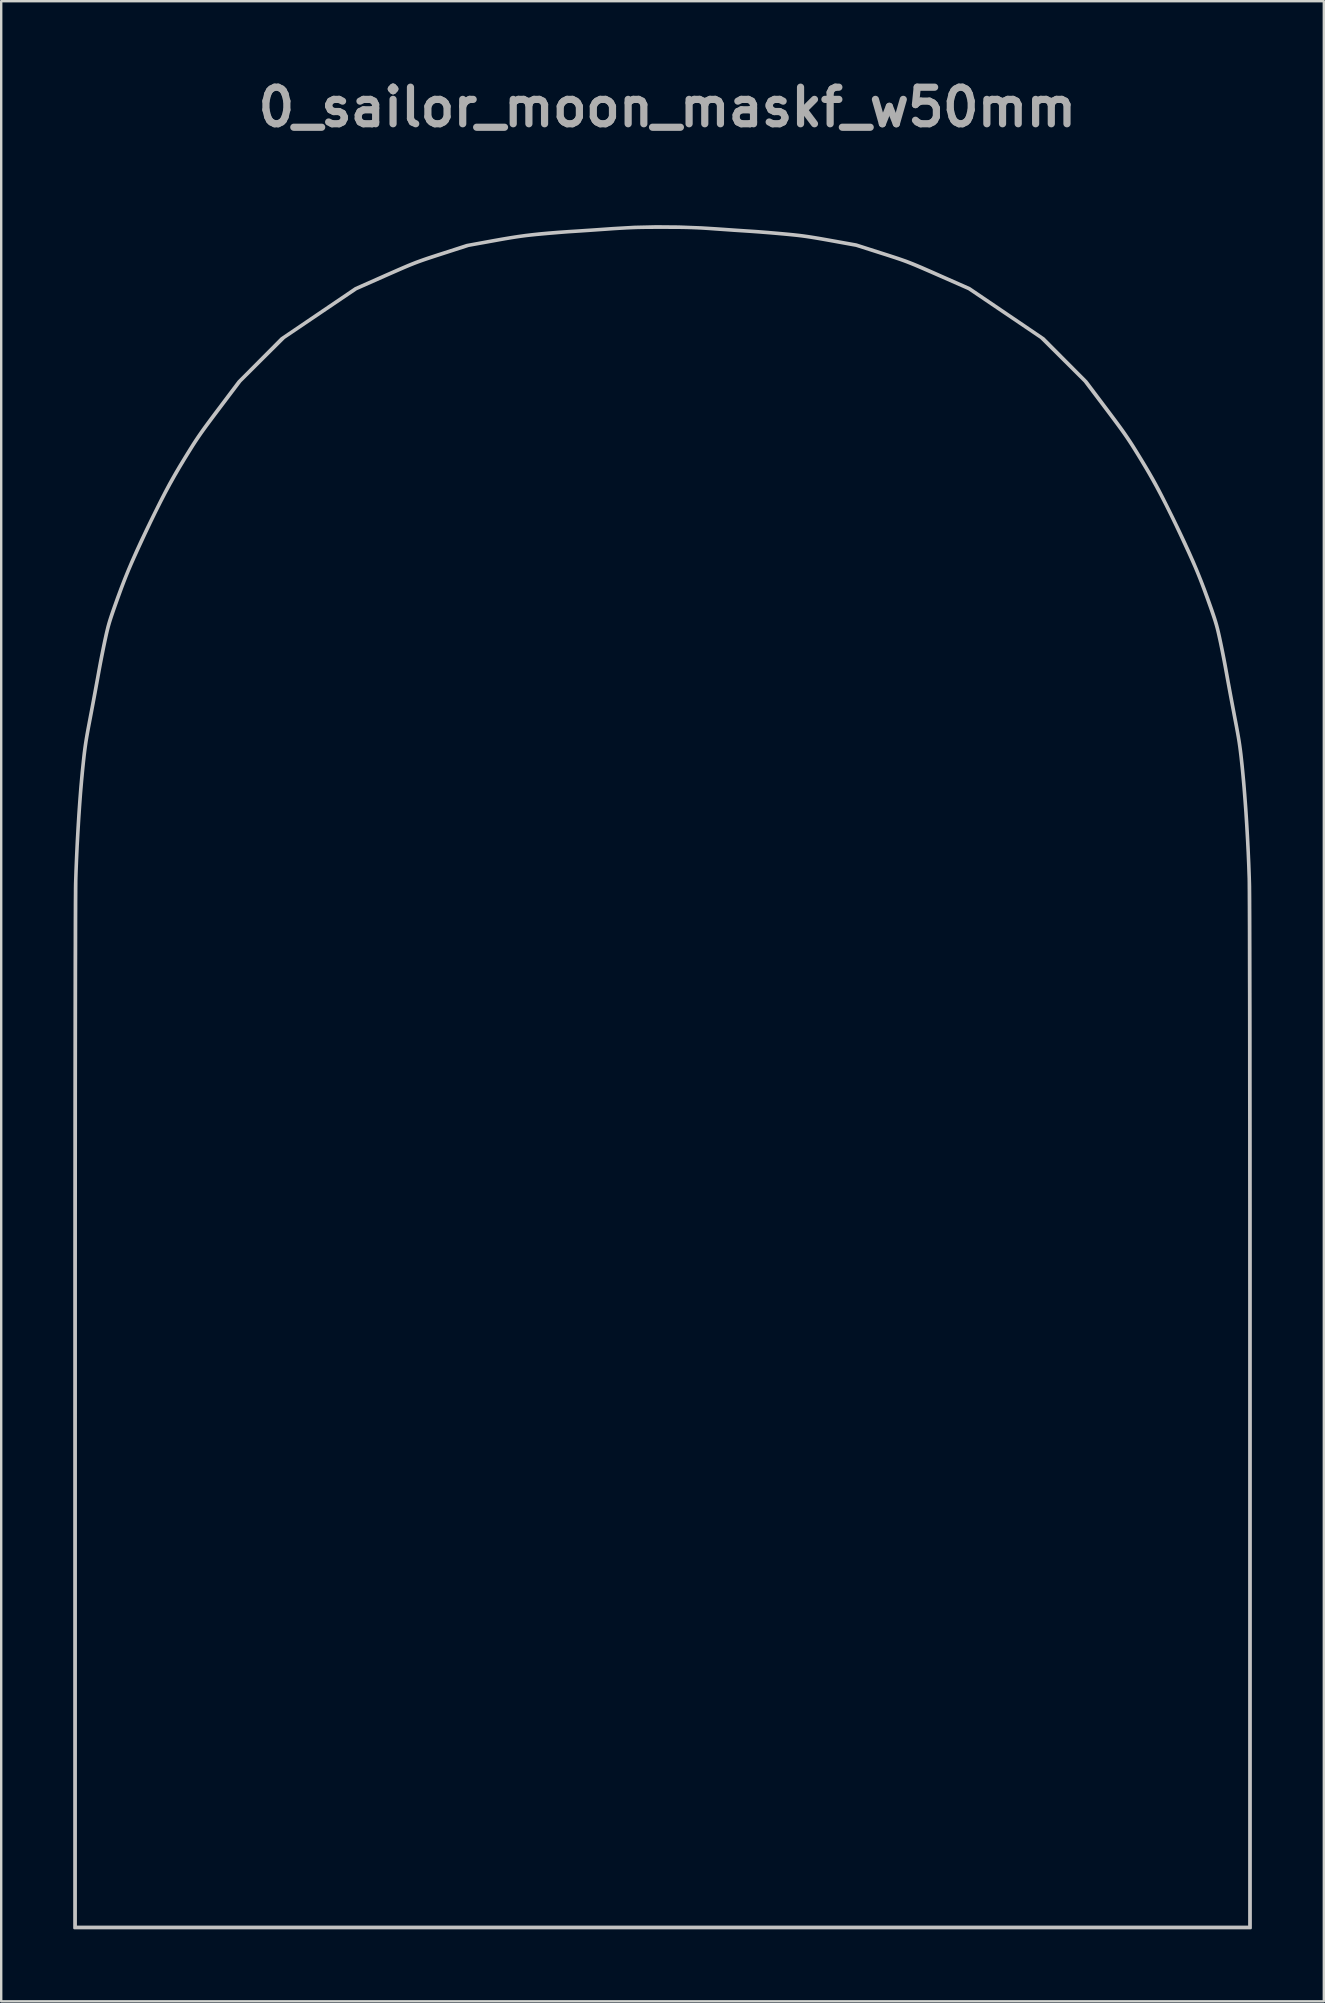
<source format=kicad_pcb>
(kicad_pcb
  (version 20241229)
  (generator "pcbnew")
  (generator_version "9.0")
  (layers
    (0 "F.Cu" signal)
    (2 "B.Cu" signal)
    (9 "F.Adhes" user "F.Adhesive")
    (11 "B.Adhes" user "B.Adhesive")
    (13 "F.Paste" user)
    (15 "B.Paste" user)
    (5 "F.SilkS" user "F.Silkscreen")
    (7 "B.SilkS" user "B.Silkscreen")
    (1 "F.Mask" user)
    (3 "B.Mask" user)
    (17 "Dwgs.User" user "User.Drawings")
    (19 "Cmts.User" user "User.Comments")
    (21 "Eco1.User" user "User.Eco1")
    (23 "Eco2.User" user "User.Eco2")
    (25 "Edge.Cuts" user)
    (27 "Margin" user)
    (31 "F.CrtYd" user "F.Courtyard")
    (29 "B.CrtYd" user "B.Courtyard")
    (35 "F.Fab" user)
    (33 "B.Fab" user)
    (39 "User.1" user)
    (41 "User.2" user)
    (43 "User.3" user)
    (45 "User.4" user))
  (footprint "0_sailor_moon_maskf_w50mm"
    (layer "F.Cu")
    (at 24.561 41.818)
    (property "Reference" "0_sailor_moon_maskf_w50mm" (at 0.2 -40.4 0) (layer "F.Fab") (effects (font (size 1.524 1.524) (thickness 0.3))))
    (attr board_only exclude_from_pos_files exclude_from_bom)
    (fp_poly (pts (xy 17.614 -14.722) (xy 17.648 -14.697) (xy 17.681 -14.649) (xy 17.717 -14.572) (xy 17.756 -14.461) (xy 17.801 -14.31) (xy 17.855 -14.114) (xy 17.894 -13.964) (xy 17.949 -13.759) (xy 18.013 -13.519) (xy 18.082 -13.265) (xy 18.151 -13.016) (xy 18.214 -12.791) (xy 18.217 -12.783) (xy 18.323 -12.398) (xy 18.415 -12.038) (xy 18.497 -11.69) (xy 18.57 -11.339) (xy 18.639 -10.971) (xy 18.706 -10.573) (xy 18.755 -10.252) (xy 18.796 -9.98) (xy 18.827 -9.757) (xy 18.849 -9.579) (xy 18.864 -9.44) (xy 18.87 -9.336) (xy 18.869 -9.261) (xy 18.861 -9.21) (xy 18.845 -9.178) (xy 18.83 -9.164) (xy 18.809 -9.151) (xy 18.786 -9.147) (xy 18.745 -9.155) (xy 18.671 -9.176) (xy 18.647 -9.183) (xy 18.538 -9.216) (xy 18.427 -9.254) (xy 18.406 -9.262) (xy 18.2 -9.329) (xy 17.983 -9.377) (xy 17.744 -9.408) (xy 17.47 -9.425) (xy 17.23 -9.428) (xy 16.985 -9.423) (xy 16.736 -9.411) (xy 16.495 -9.393) (xy 16.275 -9.369) (xy 16.089 -9.34) (xy 15.986 -9.319) (xy 15.947 -9.314) (xy 15.929 -9.335) (xy 15.924 -9.395) (xy 15.924 -9.423) (xy 15.938 -9.529) (xy 15.974 -9.642) (xy 15.986 -9.669) (xy 16.036 -9.824) (xy 16.041 -10.002) (xy 16.003 -10.208) (xy 15.993 -10.242) (xy 15.961 -10.37) (xy 15.932 -10.524) (xy 15.906 -10.691) (xy 15.887 -10.857) (xy 15.874 -11.009) (xy 15.871 -11.134) (xy 15.878 -11.217) (xy 15.878 -11.218) (xy 15.897 -11.276) (xy 15.935 -11.343) (xy 15.996 -11.427) (xy 16.087 -11.535) (xy 16.176 -11.635) (xy 16.326 -11.807) (xy 16.482 -12.001) (xy 16.638 -12.206) (xy 16.787 -12.414) (xy 16.925 -12.616) (xy 17.043 -12.802) (xy 17.136 -12.965) (xy 17.195 -13.089) (xy 17.304 -13.39) (xy 17.393 -13.706) (xy 17.459 -14.023) (xy 17.498 -14.324) (xy 17.508 -14.536) (xy 17.509 -14.637) (xy 17.515 -14.695) (xy 17.53 -14.721) (xy 17.56 -14.728) (xy 17.577 -14.729)) (stroke (width 0) (type solid)) (fill yes) (layer "F.Mask"))
    (fp_poly (pts (xy 1.178 -5.215) (xy 1.427 -5.206) (xy 1.694 -5.194) (xy 1.969 -5.18) (xy 2.245 -5.163) (xy 2.515 -5.145) (xy 2.772 -5.125) (xy 3.007 -5.106) (xy 3.212 -5.086) (xy 3.382 -5.067) (xy 3.507 -5.049) (xy 3.551 -5.041) (xy 3.637 -5.022) (xy 3.705 -5.001) (xy 3.756 -4.974) (xy 3.794 -4.932) (xy 3.821 -4.869) (xy 3.839 -4.779) (xy 3.85 -4.656) (xy 3.858 -4.492) (xy 3.864 -4.281) (xy 3.867 -4.198) (xy 3.881 -3.839) (xy 3.903 -3.534) (xy 3.933 -3.279) (xy 3.972 -3.072) (xy 4.021 -2.911) (xy 4.079 -2.792) (xy 4.147 -2.715) (xy 4.169 -2.699) (xy 4.236 -2.667) (xy 4.299 -2.659) (xy 4.364 -2.68) (xy 4.439 -2.733) (xy 4.531 -2.822) (xy 4.644 -2.952) (xy 4.692 -3.008) (xy 4.781 -3.111) (xy 4.865 -3.2) (xy 4.935 -3.265) (xy 4.973 -3.292) (xy 5.028 -3.317) (xy 5.054 -3.31) (xy 5.068 -3.271) (xy 5.079 -3.182) (xy 5.079 -3.048) (xy 5.067 -2.876) (xy 5.047 -2.677) (xy 5.018 -2.458) (xy 4.982 -2.227) (xy 4.939 -1.995) (xy 4.892 -1.769) (xy 4.878 -1.711) (xy 4.778 -1.347) (xy 4.652 -0.994) (xy 4.505 -0.661) (xy 4.342 -0.355) (xy 4.166 -0.084) (xy 3.981 0.142) (xy 3.896 0.228) (xy 3.775 0.339) (xy 3.68 0.417) (xy 3.596 0.465) (xy 3.511 0.487) (xy 3.409 0.487) (xy 3.277 0.47) (xy 3.14 0.446) (xy 2.966 0.43) (xy 2.802 0.452) (xy 2.688 0.489) (xy 2.553 0.525) (xy 2.451 0.519) (xy 2.385 0.473) (xy 2.38 0.465) (xy 2.359 0.412) (xy 2.333 0.319) (xy 2.307 0.201) (xy 2.293 0.125) (xy 2.249 -0.127) (xy 2.199 -0.395) (xy 2.146 -0.674) (xy 2.089 -0.955) (xy 2.032 -1.232) (xy 1.975 -1.497) (xy 1.92 -1.744) (xy 1.869 -1.966) (xy 1.822 -2.155) (xy 1.783 -2.304) (xy 1.751 -2.407) (xy 1.747 -2.418) (xy 1.672 -2.583) (xy 1.582 -2.699) (xy 1.472 -2.77) (xy 1.334 -2.804) (xy 1.264 -2.808) (xy 1.16 -2.831) (xy 1.086 -2.899) (xy 1.055 -2.962) (xy 1.012 -3.079) (xy 0.96 -3.236) (xy 0.9 -3.423) (xy 0.835 -3.631) (xy 0.768 -3.852) (xy 0.701 -4.075) (xy 0.638 -4.292) (xy 0.581 -4.494) (xy 0.533 -4.671) (xy 0.496 -4.814) (xy 0.473 -4.915) (xy 0.472 -4.923) (xy 0.457 -5.022) (xy 0.456 -5.087) (xy 0.473 -5.136) (xy 0.488 -5.162) (xy 0.535 -5.233)) (stroke (width 0) (type solid)) (fill yes) (layer "F.Mask"))
    (fp_poly (pts (xy -6.04 -0.33) (xy -6.012 -0.269) (xy -5.988 -0.171) (xy -5.967 -0.033) (xy -5.946 0.148) (xy -5.924 0.375) (xy -5.901 0.652) (xy -5.876 0.945) (xy -5.821 1.523) (xy -5.752 2.107) (xy -5.671 2.687) (xy -5.579 3.251) (xy -5.478 3.79) (xy -5.369 4.292) (xy -5.277 4.664) (xy -5.2 4.941) (xy -5.105 5.251) (xy -4.998 5.578) (xy -4.885 5.906) (xy -4.771 6.217) (xy -4.692 6.419) (xy -4.599 6.639) (xy -4.485 6.892) (xy -4.354 7.168) (xy -4.214 7.452) (xy -4.071 7.732) (xy -3.931 7.995) (xy -3.801 8.228) (xy -3.768 8.285) (xy -3.672 8.451) (xy -3.604 8.579) (xy -3.559 8.674) (xy -3.536 8.744) (xy -3.529 8.792) (xy -3.529 8.893) (xy -3.661 8.889) (xy -3.735 8.886) (xy -3.851 8.879) (xy -3.996 8.868) (xy -4.156 8.856) (xy -4.238 8.85) (xy -4.481 8.827) (xy -4.735 8.798) (xy -5.007 8.76) (xy -5.304 8.714) (xy -5.633 8.657) (xy -6.003 8.588) (xy -6.375 8.516) (xy -6.841 8.422) (xy -7.254 8.335) (xy -7.613 8.256) (xy -7.921 8.183) (xy -8.177 8.117) (xy -8.384 8.057) (xy -8.541 8.003) (xy -8.651 7.955) (xy -8.703 7.922) (xy -8.728 7.9) (xy -8.744 7.874) (xy -8.752 7.836) (xy -8.752 7.773) (xy -8.745 7.677) (xy -8.731 7.536) (xy -8.73 7.528) (xy -8.719 7.396) (xy -8.712 7.279) (xy -8.711 7.168) (xy -8.717 7.051) (xy -8.73 6.916) (xy -8.751 6.754) (xy -8.78 6.552) (xy -8.796 6.45) (xy -8.84 6.161) (xy -8.757 5.866) (xy -8.712 5.701) (xy -8.68 5.578) (xy -8.662 5.485) (xy -8.655 5.409) (xy -8.66 5.34) (xy -8.675 5.265) (xy -8.699 5.172) (xy -8.7 5.168) (xy -8.725 5.066) (xy -8.743 4.972) (xy -8.751 4.877) (xy -8.75 4.777) (xy -8.737 4.664) (xy -8.713 4.531) (xy -8.675 4.374) (xy -8.623 4.184) (xy -8.556 3.956) (xy -8.473 3.684) (xy -8.452 3.613) (xy -8.347 3.276) (xy -8.254 2.986) (xy -8.171 2.738) (xy -8.096 2.524) (xy -8.026 2.338) (xy -7.958 2.175) (xy -7.891 2.027) (xy -7.821 1.889) (xy -7.747 1.755) (xy -7.703 1.681) (xy -7.657 1.61) (xy -7.582 1.502) (xy -7.482 1.364) (xy -7.363 1.202) (xy -7.23 1.024) (xy -7.088 0.836) (xy -6.943 0.645) (xy -6.799 0.457) (xy -6.661 0.28) (xy -6.535 0.12) (xy -6.425 -0.017) (xy -6.364 -0.09) (xy -6.284 -0.186) (xy -6.216 -0.264) (xy -6.159 -0.321) (xy -6.112 -0.352) (xy -6.072 -0.356)) (stroke (width 0) (type solid)) (fill yes) (layer "F.Mask"))
    (fp_poly (pts (xy 8.883 -12.156) (xy 8.885 -12.153) (xy 8.913 -12.094) (xy 8.934 -12.014) (xy 8.936 -12.007) (xy 8.974 -11.817) (xy 9.028 -11.652) (xy 9.108 -11.483) (xy 9.128 -11.446) (xy 9.188 -11.334) (xy 9.256 -11.196) (xy 9.328 -11.044) (xy 9.4 -10.887) (xy 9.468 -10.733) (xy 9.527 -10.592) (xy 9.575 -10.474) (xy 9.605 -10.388) (xy 9.615 -10.344) (xy 9.593 -10.285) (xy 9.549 -10.24) (xy 9.491 -10.172) (xy 9.469 -10.077) (xy 9.477 -9.968) (xy 9.513 -9.857) (xy 9.573 -9.759) (xy 9.654 -9.687) (xy 9.693 -9.668) (xy 9.771 -9.66) (xy 9.895 -9.675) (xy 9.952 -9.687) (xy 10.058 -9.708) (xy 10.15 -9.718) (xy 10.208 -9.716) (xy 10.209 -9.716) (xy 10.259 -9.694) (xy 10.34 -9.648) (xy 10.44 -9.587) (xy 10.492 -9.553) (xy 10.623 -9.468) (xy 10.77 -9.376) (xy 10.904 -9.294) (xy 10.927 -9.281) (xy 11.06 -9.196) (xy 11.139 -9.127) (xy 11.165 -9.075) (xy 11.138 -9.038) (xy 11.058 -9.018) (xy 10.925 -9.016) (xy 10.846 -9.02) (xy 10.711 -9.026) (xy 10.579 -9.023) (xy 10.431 -9.008) (xy 10.25 -8.98) (xy 10.239 -8.978) (xy 10.007 -8.938) (xy 9.819 -8.904) (xy 9.667 -8.872) (xy 9.541 -8.84) (xy 9.429 -8.805) (xy 9.324 -8.765) (xy 9.215 -8.716) (xy 9.101 -8.661) (xy 8.949 -8.591) (xy 8.788 -8.524) (xy 8.637 -8.467) (xy 8.524 -8.431) (xy 8.4 -8.395) (xy 8.281 -8.355) (xy 8.191 -8.319) (xy 8.171 -8.31) (xy 8.073 -8.273) (xy 7.968 -8.254) (xy 7.948 -8.254) (xy 7.872 -8.261) (xy 7.807 -8.29) (xy 7.73 -8.351) (xy 7.715 -8.365) (xy 7.621 -8.437) (xy 7.526 -8.473) (xy 7.427 -8.472) (xy 7.314 -8.432) (xy 7.184 -8.352) (xy 7.028 -8.23) (xy 6.961 -8.172) (xy 6.874 -8.099) (xy 6.794 -8.039) (xy 6.737 -8.003) (xy 6.73 -8.001) (xy 6.656 -7.986) (xy 6.539 -7.98) (xy 6.391 -7.981) (xy 6.224 -7.991) (xy 6.05 -8.008) (xy 5.989 -8.016) (xy 5.869 -8.034) (xy 5.764 -8.051) (xy 5.691 -8.066) (xy 5.674 -8.071) (xy 5.625 -8.106) (xy 5.619 -8.156) (xy 5.655 -8.205) (xy 5.711 -8.235) (xy 5.82 -8.284) (xy 5.96 -8.37) (xy 6.125 -8.487) (xy 6.308 -8.631) (xy 6.503 -8.797) (xy 6.704 -8.979) (xy 6.826 -9.095) (xy 6.956 -9.223) (xy 7.062 -9.329) (xy 7.151 -9.422) (xy 7.23 -9.511) (xy 7.305 -9.603) (xy 7.383 -9.707) (xy 7.47 -9.831) (xy 7.573 -9.982) (xy 7.699 -10.17) (xy 7.732 -10.221) (xy 7.941 -10.538) (xy 8.118 -10.816) (xy 8.265 -11.06) (xy 8.386 -11.272) (xy 8.482 -11.459) (xy 8.555 -11.625) (xy 8.609 -11.774) (xy 8.645 -11.911) (xy 8.656 -11.973) (xy 8.681 -12.063) (xy 8.728 -12.122) (xy 8.764 -12.146) (xy 8.823 -12.179) (xy 8.856 -12.182)) (stroke (width 0) (type solid)) (fill yes) (layer "F.Mask"))
    (fp_poly (pts (xy 18.977 -7.958) (xy 19.022 -7.932) (xy 19.04 -7.916) (xy 19.053 -7.894) (xy 19.063 -7.858) (xy 19.069 -7.803) (xy 19.073 -7.72) (xy 19.075 -7.602) (xy 19.075 -7.444) (xy 19.074 -7.236) (xy 19.074 -7.231) (xy 19.071 -7.005) (xy 19.064 -6.761) (xy 19.054 -6.517) (xy 19.041 -6.29) (xy 19.028 -6.098) (xy 19.026 -6.072) (xy 19.011 -5.905) (xy 18.992 -5.696) (xy 18.971 -5.46) (xy 18.949 -5.21) (xy 18.928 -4.961) (xy 18.911 -4.766) (xy 18.891 -4.548) (xy 18.872 -4.337) (xy 18.853 -4.143) (xy 18.836 -3.976) (xy 18.822 -3.844) (xy 18.812 -3.757) (xy 18.811 -3.752) (xy 18.784 -3.598) (xy 18.743 -3.404) (xy 18.689 -3.181) (xy 18.627 -2.94) (xy 18.558 -2.693) (xy 18.487 -2.453) (xy 18.48 -2.432) (xy 18.294 -1.827) (xy 18.107 -1.205) (xy 17.956 -0.692) (xy 17.874 -0.416) (xy 17.798 -0.179) (xy 17.725 0.033) (xy 17.647 0.234) (xy 17.56 0.439) (xy 17.457 0.663) (xy 17.37 0.848) (xy 17.293 1.001) (xy 17.196 1.187) (xy 17.084 1.397) (xy 16.961 1.622) (xy 16.833 1.852) (xy 16.705 2.079) (xy 16.581 2.293) (xy 16.468 2.486) (xy 16.369 2.649) (xy 16.29 2.772) (xy 16.283 2.783) (xy 16.049 3.114) (xy 15.776 3.47) (xy 15.467 3.847) (xy 15.299 4.043) (xy 15.154 4.211) (xy 14.995 4.394) (xy 14.836 4.578) (xy 14.689 4.748) (xy 14.566 4.891) (xy 14.566 4.891) (xy 14.441 5.036) (xy 14.309 5.188) (xy 14.182 5.333) (xy 14.072 5.457) (xy 14.025 5.51) (xy 13.818 5.721) (xy 13.566 5.942) (xy 13.279 6.166) (xy 12.965 6.386) (xy 12.633 6.596) (xy 12.603 6.614) (xy 12.508 6.671) (xy 12.376 6.751) (xy 12.217 6.849) (xy 12.041 6.957) (xy 11.858 7.071) (xy 11.741 7.143) (xy 11.528 7.275) (xy 11.355 7.379) (xy 11.217 7.456) (xy 11.108 7.509) (xy 11.024 7.539) (xy 10.957 7.55) (xy 10.903 7.544) (xy 10.856 7.522) (xy 10.832 7.504) (xy 10.778 7.451) (xy 10.708 7.368) (xy 10.628 7.262) (xy 10.544 7.146) (xy 10.465 7.028) (xy 10.396 6.919) (xy 10.345 6.829) (xy 10.317 6.767) (xy 10.315 6.75) (xy 10.332 6.722) (xy 10.377 6.681) (xy 10.456 6.623) (xy 10.571 6.547) (xy 10.728 6.449) (xy 10.929 6.326) (xy 10.929 6.326) (xy 11.237 6.138) (xy 11.496 5.975) (xy 11.707 5.835) (xy 11.873 5.717) (xy 11.994 5.621) (xy 12.071 5.546) (xy 12.086 5.528) (xy 12.131 5.429) (xy 12.153 5.3) (xy 12.151 5.162) (xy 12.125 5.036) (xy 12.094 4.97) (xy 11.999 4.848) (xy 11.86 4.712) (xy 11.685 4.567) (xy 11.481 4.42) (xy 11.255 4.276) (xy 11.019 4.142) (xy 10.882 4.068) (xy 10.789 4.009) (xy 10.732 3.962) (xy 10.705 3.921) (xy 10.699 3.889) (xy 10.718 3.832) (xy 10.775 3.743) (xy 10.87 3.62) (xy 11.005 3.464) (xy 11.18 3.272) (xy 11.396 3.044) (xy 11.476 2.961) (xy 11.648 2.783) (xy 11.837 2.584) (xy 12.032 2.379) (xy 12.219 2.18) (xy 12.385 2.002) (xy 12.438 1.944) (xy 12.577 1.794) (xy 12.743 1.613) (xy 12.927 1.413) (xy 13.119 1.205) (xy 13.309 0.999) (xy 13.487 0.806) (xy 13.499 0.792) (xy 14.037 0.215) (xy 14.547 -0.314) (xy 15.027 -0.795) (xy 15.48 -1.23) (xy 15.904 -1.617) (xy 16.299 -1.957) (xy 16.601 -2.199) (xy 16.657 -2.233) (xy 16.745 -2.277) (xy 16.838 -2.317) (xy 17.065 -2.428) (xy 17.266 -2.566) (xy 17.444 -2.738) (xy 17.605 -2.949) (xy 17.752 -3.203) (xy 17.891 -3.507) (xy 17.905 -3.541) (xy 17.94 -3.631) (xy 17.971 -3.721) (xy 17.999 -3.818) (xy 18.025 -3.929) (xy 18.052 -4.063) (xy 18.082 -4.228) (xy 18.115 -4.431) (xy 18.154 -4.68) (xy 18.159 -4.712) (xy 18.197 -4.961) (xy 18.224 -5.165) (xy 18.243 -5.331) (xy 18.253 -5.47) (xy 18.255 -5.59) (xy 18.249 -5.7) (xy 18.236 -5.808) (xy 18.228 -5.861) (xy 18.154 -6.172) (xy 18.04 -6.452) (xy 17.881 -6.711) (xy 17.672 -6.957) (xy 17.584 -7.044) (xy 17.46 -7.165) (xy 17.376 -7.258) (xy 17.328 -7.328) (xy 17.314 -7.381) (xy 17.33 -7.423) (xy 17.351 -7.445) (xy 17.401 -7.473) (xy 17.495 -7.514) (xy 17.625 -7.565) (xy 17.781 -7.623) (xy 17.955 -7.685) (xy 18.138 -7.747) (xy 18.32 -7.808) (xy 18.494 -7.864) (xy 18.649 -7.911) (xy 18.778 -7.947) (xy 18.871 -7.969) (xy 18.914 -7.975)) (stroke (width 0) (type solid)) (fill yes) (layer "F.Mask"))
    (fp_poly (pts (xy -12.302 -7.05) (xy -11.843 -7.033) (xy -11.399 -7) (xy -10.983 -6.952) (xy -10.606 -6.89) (xy -10.496 -6.867) (xy -10.261 -6.814) (xy -10.076 -6.769) (xy -9.934 -6.727) (xy -9.829 -6.687) (xy -9.756 -6.643) (xy -9.71 -6.594) (xy -9.684 -6.536) (xy -9.673 -6.466) (xy -9.671 -6.399) (xy -9.678 -6.323) (xy -9.697 -6.201) (xy -9.727 -6.04) (xy -9.766 -5.848) (xy -9.813 -5.632) (xy -9.866 -5.4) (xy -9.923 -5.159) (xy -9.983 -4.918) (xy -10.043 -4.682) (xy -10.058 -4.627) (xy -10.111 -4.413) (xy -10.162 -4.174) (xy -10.21 -3.921) (xy -10.253 -3.666) (xy -10.289 -3.42) (xy -10.317 -3.196) (xy -10.333 -3.004) (xy -10.338 -2.885) (xy -10.34 -2.836) (xy -10.349 -2.782) (xy -10.366 -2.717) (xy -10.395 -2.635) (xy -10.436 -2.531) (xy -10.494 -2.398) (xy -10.569 -2.23) (xy -10.665 -2.021) (xy -10.726 -1.89) (xy -10.809 -1.707) (xy -10.903 -1.495) (xy -10.999 -1.275) (xy -11.088 -1.068) (xy -11.121 -0.988) (xy -11.202 -0.798) (xy -11.297 -0.579) (xy -11.399 -0.351) (xy -11.497 -0.135) (xy -11.551 -0.018) (xy -11.679 0.255) (xy -11.789 0.49) (xy -11.886 0.701) (xy -11.976 0.901) (xy -12.065 1.101) (xy -12.158 1.315) (xy -12.261 1.556) (xy -12.362 1.792) (xy -12.453 2.005) (xy -12.547 2.222) (xy -12.64 2.434) (xy -12.726 2.627) (xy -12.8 2.79) (xy -12.848 2.891) (xy -12.928 3.061) (xy -13.015 3.25) (xy -13.099 3.436) (xy -13.169 3.594) (xy -13.171 3.599) (xy -13.22 3.705) (xy -13.289 3.848) (xy -13.373 4.02) (xy -13.469 4.211) (xy -13.57 4.411) (xy -13.673 4.611) (xy -13.772 4.801) (xy -13.863 4.971) (xy -13.939 5.113) (xy -13.998 5.216) (xy -14.007 5.232) (xy -14.053 5.308) (xy -14.175 5.221) (xy -14.39 5.045) (xy -14.557 4.855) (xy -14.594 4.802) (xy -14.652 4.68) (xy -14.659 4.569) (xy -14.616 4.456) (xy -14.602 4.433) (xy -14.578 4.382) (xy -14.545 4.293) (xy -14.509 4.181) (xy -14.494 4.131) (xy -14.459 3.995) (xy -14.437 3.872) (xy -14.426 3.738) (xy -14.423 3.572) (xy -14.423 3.57) (xy -14.425 3.425) (xy -14.432 3.309) (xy -14.448 3.203) (xy -14.476 3.086) (xy -14.519 2.938) (xy -14.522 2.927) (xy -14.612 2.651) (xy -14.699 2.427) (xy -14.782 2.255) (xy -14.852 2.148) (xy -14.934 2.067) (xy -15.049 1.975) (xy -15.182 1.887) (xy -15.315 1.812) (xy -15.401 1.774) (xy -15.522 1.74) (xy -15.65 1.724) (xy -15.767 1.726) (xy -15.86 1.746) (xy -15.905 1.774) (xy -15.95 1.846) (xy -15.95 1.918) (xy -15.902 1.992) (xy -15.804 2.07) (xy -15.654 2.156) (xy -15.612 2.178) (xy -15.475 2.247) (xy -15.376 2.304) (xy -15.302 2.357) (xy -15.241 2.416) (xy -15.18 2.492) (xy -15.14 2.547) (xy -15.043 2.69) (xy -14.977 2.806) (xy -14.937 2.911) (xy -14.917 3.018) (xy -14.912 3.14) (xy -14.917 3.272) (xy -14.935 3.372) (xy -14.97 3.461) (xy -14.976 3.474) (xy -15.042 3.579) (xy -15.131 3.69) (xy -15.227 3.789) (xy -15.316 3.861) (xy -15.34 3.876) (xy -15.468 3.921) (xy -15.604 3.935) (xy -15.723 3.914) (xy -15.733 3.91) (xy -15.789 3.876) (xy -15.878 3.808) (xy -15.992 3.712) (xy -16.125 3.596) (xy -16.27 3.465) (xy -16.421 3.325) (xy -16.57 3.183) (xy -16.711 3.045) (xy -16.837 2.916) (xy -16.941 2.804) (xy -16.956 2.788) (xy -17.326 2.347) (xy -17.706 1.857) (xy -18.093 1.32) (xy -18.485 0.741) (xy -18.878 0.124) (xy -19.27 -0.527) (xy -19.375 -0.709) (xy -19.459 -0.855) (xy -19.554 -1.026) (xy -19.658 -1.217) (xy -19.767 -1.419) (xy -19.877 -1.626) (xy -19.986 -1.831) (xy -20.089 -2.028) (xy -20.183 -2.21) (xy -20.265 -2.37) (xy -20.33 -2.501) (xy -20.376 -2.597) (xy -20.398 -2.65) (xy -20.424 -2.821) (xy -20.395 -2.992) (xy -20.311 -3.163) (xy -20.306 -3.17) (xy -20.201 -3.315) (xy -20.059 -3.488) (xy -19.886 -3.684) (xy -19.69 -3.897) (xy -19.477 -4.12) (xy -19.252 -4.347) (xy -19.022 -4.571) (xy -18.793 -4.786) (xy -18.572 -4.986) (xy -18.364 -5.165) (xy -18.24 -5.265) (xy -17.719 -5.644) (xy -17.166 -5.978) (xy -16.59 -6.264) (xy -15.994 -6.501) (xy -15.701 -6.596) (xy -15.517 -6.648) (xy -15.297 -6.705) (xy -15.055 -6.763) (xy -14.805 -6.82) (xy -14.561 -6.873) (xy -14.336 -6.917) (xy -14.145 -6.951) (xy -14.076 -6.961) (xy -13.665 -7.008) (xy -13.225 -7.038) (xy -12.767 -7.052)) (stroke (width 0) (type solid)) (fill yes) (layer "F.Mask"))
    (fp_poly (pts (xy -3.015 -28.825) (xy -2.63 -28.822) (xy -2.287 -28.815) (xy -1.972 -28.801) (xy -1.67 -28.779) (xy -1.368 -28.749) (xy -1.053 -28.71) (xy -0.709 -28.66) (xy -0.476 -28.623) (xy -0.248 -28.584) (xy -0.029 -28.544) (xy 0.187 -28.5) (xy 0.409 -28.451) (xy 0.643 -28.395) (xy 0.898 -28.33) (xy 1.179 -28.254) (xy 1.495 -28.166) (xy 1.854 -28.063) (xy 2.043 -28.008) (xy 2.675 -27.818) (xy 3.261 -27.63) (xy 3.806 -27.441) (xy 4.319 -27.247) (xy 4.807 -27.045) (xy 5.278 -26.831) (xy 5.739 -26.603) (xy 6.199 -26.358) (xy 6.664 -26.09) (xy 7.144 -25.799) (xy 7.17 -25.782) (xy 7.427 -25.617) (xy 7.663 -25.458) (xy 7.887 -25.296) (xy 8.11 -25.124) (xy 8.343 -24.934) (xy 8.594 -24.718) (xy 8.822 -24.516) (xy 9.241 -24.136) (xy 9.621 -23.78) (xy 9.969 -23.44) (xy 10.294 -23.107) (xy 10.602 -22.775) (xy 10.899 -22.434) (xy 11.195 -22.078) (xy 11.494 -21.697) (xy 11.806 -21.284) (xy 12.136 -20.831) (xy 12.164 -20.792) (xy 12.305 -20.594) (xy 12.414 -20.436) (xy 12.495 -20.311) (xy 12.549 -20.216) (xy 12.58 -20.145) (xy 12.589 -20.093) (xy 12.578 -20.055) (xy 12.551 -20.027) (xy 12.54 -20.019) (xy 12.496 -20) (xy 12.41 -19.97) (xy 12.294 -19.931) (xy 12.157 -19.888) (xy 12.112 -19.875) (xy 11.957 -19.825) (xy 11.804 -19.772) (xy 11.669 -19.721) (xy 11.57 -19.678) (xy 11.56 -19.673) (xy 11.421 -19.617) (xy 11.263 -19.578) (xy 11.1 -19.557) (xy 10.947 -19.553) (xy 10.816 -19.57) (xy 10.733 -19.602) (xy 10.706 -19.632) (xy 10.656 -19.699) (xy 10.591 -19.792) (xy 10.534 -19.878) (xy 10.4 -20.072) (xy 10.273 -20.222) (xy 10.145 -20.337) (xy 10.006 -20.428) (xy 9.947 -20.458) (xy 9.733 -20.548) (xy 9.525 -20.608) (xy 9.312 -20.638) (xy 9.078 -20.64) (xy 8.812 -20.617) (xy 8.73 -20.605) (xy 8.564 -20.578) (xy 8.433 -20.545) (xy 8.315 -20.5) (xy 8.23 -20.46) (xy 7.978 -20.302) (xy 7.756 -20.1) (xy 7.569 -19.861) (xy 7.424 -19.592) (xy 7.391 -19.509) (xy 7.364 -19.434) (xy 7.346 -19.364) (xy 7.334 -19.289) (xy 7.327 -19.194) (xy 7.324 -19.069) (xy 7.324 -18.901) (xy 7.324 -18.897) (xy 7.326 -18.728) (xy 7.329 -18.601) (xy 7.337 -18.505) (xy 7.35 -18.426) (xy 7.37 -18.351) (xy 7.398 -18.269) (xy 7.4 -18.264) (xy 7.44 -18.141) (xy 7.453 -18.052) (xy 7.435 -17.98) (xy 7.381 -17.91) (xy 7.287 -17.828) (xy 7.259 -17.806) (xy 7.139 -17.702) (xy 7.001 -17.563) (xy 6.853 -17.402) (xy 6.706 -17.23) (xy 6.571 -17.06) (xy 6.459 -16.904) (xy 6.431 -16.862) (xy 6.348 -16.722) (xy 6.29 -16.596) (xy 6.247 -16.461) (xy 6.228 -16.382) (xy 6.194 -16.197) (xy 6.164 -15.977) (xy 6.142 -15.733) (xy 6.125 -15.477) (xy 6.115 -15.22) (xy 6.113 -14.973) (xy 6.119 -14.747) (xy 6.132 -14.554) (xy 6.154 -14.404) (xy 6.155 -14.404) (xy 6.209 -14.191) (xy 6.275 -14.019) (xy 6.363 -13.872) (xy 6.481 -13.736) (xy 6.639 -13.597) (xy 6.692 -13.555) (xy 6.774 -13.487) (xy 6.837 -13.423) (xy 6.878 -13.357) (xy 6.897 -13.284) (xy 6.891 -13.199) (xy 6.861 -13.098) (xy 6.803 -12.975) (xy 6.718 -12.826) (xy 6.603 -12.645) (xy 6.458 -12.428) (xy 6.339 -12.255) (xy 6.104 -11.943) (xy 5.823 -11.622) (xy 5.504 -11.301) (xy 5.157 -10.988) (xy 4.788 -10.692) (xy 4.779 -10.685) (xy 4.35 -10.391) (xy 3.88 -10.129) (xy 3.376 -9.901) (xy 2.846 -9.709) (xy 2.296 -9.555) (xy 1.732 -9.443) (xy 1.334 -9.391) (xy 1.223 -9.382) (xy 1.073 -9.374) (xy 0.89 -9.367) (xy 0.681 -9.36) (xy 0.452 -9.355) (xy 0.211 -9.35) (xy -0.035 -9.346) (xy -0.281 -9.344) (xy -0.519 -9.342) (xy -0.743 -9.342) (xy -0.945 -9.343) (xy -1.12 -9.346) (xy -1.26 -9.35) (xy -1.358 -9.355) (xy -1.408 -9.362) (xy -1.41 -9.363) (xy -1.47 -9.409) (xy -1.545 -9.504) (xy -1.63 -9.637) (xy -1.709 -9.755) (xy -1.822 -9.901) (xy -1.962 -10.068) (xy -2.121 -10.248) (xy -2.292 -10.432) (xy -2.467 -10.612) (xy -2.639 -10.78) (xy -2.8 -10.929) (xy -2.918 -11.03) (xy -3.218 -11.251) (xy -3.512 -11.422) (xy -3.81 -11.544) (xy -4.117 -11.619) (xy -4.444 -11.652) (xy -4.794 -11.644) (xy -5.099 -11.621) (xy -5.35 -11.726) (xy -5.65 -11.827) (xy -5.981 -11.892) (xy -6.329 -11.92) (xy -6.682 -11.911) (xy -7.027 -11.865) (xy -7.295 -11.799) (xy -7.375 -11.766) (xy -7.484 -11.71) (xy -7.608 -11.638) (xy -7.711 -11.573) (xy -7.831 -11.494) (xy -7.915 -11.443) (xy -7.976 -11.414) (xy -8.025 -11.402) (xy -8.071 -11.403) (xy -8.1 -11.407) (xy -8.179 -11.418) (xy -8.293 -11.43) (xy -8.422 -11.441) (xy -8.478 -11.445) (xy -8.606 -11.455) (xy -8.694 -11.468) (xy -8.755 -11.487) (xy -8.805 -11.516) (xy -8.836 -11.541) (xy -8.986 -11.645) (xy -9.178 -11.74) (xy -9.416 -11.827) (xy -9.704 -11.908) (xy -10.043 -11.982) (xy -10.088 -11.991) (xy -10.421 -12.06) (xy -10.7 -12.128) (xy -10.928 -12.197) (xy -11.106 -12.267) (xy -11.237 -12.338) (xy -11.323 -12.412) (xy -11.346 -12.446) (xy -11.393 -12.544) (xy -11.435 -12.663) (xy -11.465 -12.779) (xy -11.477 -12.867) (xy -11.491 -12.914) (xy -11.535 -12.978) (xy -11.615 -13.066) (xy -11.706 -13.156) (xy -11.815 -13.263) (xy -11.885 -13.345) (xy -11.918 -13.414) (xy -11.917 -13.483) (xy -11.882 -13.564) (xy -11.817 -13.67) (xy -11.797 -13.7) (xy -11.731 -13.806) (xy -11.668 -13.91) (xy -11.624 -13.99) (xy -11.623 -13.992) (xy -11.494 -14.312) (xy -11.412 -14.658) (xy -11.378 -15.027) (xy -11.391 -15.417) (xy -11.451 -15.823) (xy -11.538 -16.174) (xy -11.634 -16.455) (xy -11.75 -16.702) (xy -11.897 -16.935) (xy -12.068 -17.151) (xy -12.335 -17.441) (xy -12.602 -17.68) (xy -12.877 -17.873) (xy -13.167 -18.027) (xy -13.478 -18.145) (xy -13.522 -18.159) (xy -13.841 -18.243) (xy -14.139 -18.297) (xy -14.425 -18.32) (xy -14.707 -18.31) (xy -14.996 -18.268) (xy -15.299 -18.192) (xy -15.627 -18.081) (xy -15.979 -17.94) (xy -16.137 -17.866) (xy -16.245 -17.801) (xy -16.307 -17.74) (xy -16.327 -17.682) (xy -16.323 -17.656) (xy -16.279 -17.59) (xy -16.187 -17.552) (xy -16.048 -17.542) (xy -15.943 -17.549) (xy -15.712 -17.57) (xy -15.481 -17.584) (xy -15.263 -17.592) (xy -15.071 -17.592) (xy -14.918 -17.584) (xy -14.895 -17.582) (xy -14.717 -17.548) (xy -14.509 -17.487) (xy -14.285 -17.401) (xy -14.059 -17.298) (xy -14.047 -17.291) (xy -13.934 -17.22) (xy -13.803 -17.112) (xy -13.662 -16.98) (xy -13.523 -16.831) (xy -13.396 -16.679) (xy -13.357 -16.627) (xy -13.228 -16.402) (xy -13.13 -16.136) (xy -13.066 -15.831) (xy -13.036 -15.49) (xy -13.034 -15.38) (xy -13.055 -15.138) (xy -13.118 -14.874) (xy -13.217 -14.598) (xy -13.35 -14.321) (xy -13.513 -14.053) (xy -13.553 -13.995) (xy -13.712 -13.812) (xy -13.918 -13.646) (xy -14.163 -13.5) (xy -14.438 -13.38) (xy -14.631 -13.317) (xy -14.763 -13.283) (xy -14.883 -13.262) (xy -15.011 -13.251) (xy -15.169 -13.247) (xy -15.215 -13.247) (xy -15.403 -13.25) (xy -15.563 -13.263) (xy -15.708 -13.287) (xy -15.852 -13.326) (xy -16.009 -13.385) (xy -16.195 -13.467) (xy -16.293 -13.512) (xy -16.472 -13.595) (xy -16.611 -13.651) (xy -16.717 -13.683) (xy -16.797 -13.692) (xy -16.859 -13.679) (xy -16.911 -13.644) (xy -16.936 -13.619) (xy -16.964 -13.578) (xy -16.969 -13.529) (xy -16.952 -13.451) (xy -16.951 -13.446) (xy -16.876 -13.273) (xy -16.747 -13.104) (xy -16.564 -12.94) (xy -16.328 -12.781) (xy -16.04 -12.628) (xy -15.701 -12.482) (xy -15.354 -12.357) (xy -15.048 -12.255) (xy -14.969 -12.103) (xy -14.889 -11.951) (xy -14.232 -11.613) (xy -13.969 -11.478) (xy -13.752 -11.365) (xy -13.574 -11.273) (xy -13.433 -11.198) (xy -13.324 -11.138) (xy -13.243 -11.091) (xy -13.185 -11.053) (xy -13.145 -11.023) (xy -13.119 -10.998) (xy -13.104 -10.974) (xy -13.094 -10.951) (xy -13.093 -10.948) (xy -13.081 -10.884) (xy -13.101 -10.838) (xy -13.158 -10.808) (xy -13.257 -10.79) (xy -13.404 -10.783) (xy -13.466 -10.782) (xy -13.657 -10.777) (xy -13.893 -10.761) (xy -14.163 -10.735) (xy -14.457 -10.701) (xy -14.765 -10.66) (xy -15.077 -10.613) (xy -15.322 -10.572) (xy -15.626 -10.512) (xy -15.926 -10.439) (xy -16.232 -10.351) (xy -16.553 -10.243) (xy -16.897 -10.114) (xy -17.275 -9.96) (xy -17.508 -9.86) (xy -17.946 -9.655) (xy -18.37 -9.429) (xy -18.791 -9.174) (xy -19.22 -8.882) (xy -19.509 -8.67) (xy -19.769 -8.463) (xy -20.029 -8.231) (xy -20.295 -7.967) (xy -20.574 -7.668) (xy -20.87 -7.326) (xy -20.96 -7.218) (xy -21.063 -7.097) (xy -21.138 -7.013) (xy -21.194 -6.959) (xy -21.237 -6.931) (xy -21.275 -6.92) (xy -21.289 -6.92) (xy -21.353 -6.932) (xy -21.381 -6.975) (xy -21.383 -6.982) (xy -21.391 -7.03) (xy -21.403 -7.122) (xy -21.42 -7.248) (xy -21.438 -7.398) (xy -21.452 -7.517) (xy -21.465 -7.632) (xy -21.477 -7.751) (xy -21.489 -7.879) (xy -21.501 -8.022) (xy -21.513 -8.186) (xy -21.526 -8.374) (xy -21.54 -8.593) (xy -21.555 -8.848) (xy -21.572 -9.144) (xy -21.592 -9.486) (xy -21.607 -9.768) (xy -21.609 -9.878) (xy -21.605 -10.035) (xy -21.596 -10.231) (xy -21.582 -10.46) (xy -21.565 -10.713) (xy -21.544 -10.982) (xy -21.521 -11.259) (xy -21.496 -11.538) (xy -21.47 -11.809) (xy -21.443 -12.066) (xy -21.415 -12.3) (xy -21.389 -12.504) (xy -21.385 -12.533) (xy -21.348 -12.766) (xy -21.299 -13.043) (xy -21.24 -13.353) (xy -21.172 -13.687) (xy -21.099 -14.035) (xy -21.022 -14.386) (xy -20.943 -14.732) (xy -20.865 -15.061) (xy -20.79 -15.364) (xy -20.72 -15.632) (xy -20.678 -15.781) (xy -20.561 -16.17) (xy -20.441 -16.549) (xy -20.319 -16.909) (xy -20.198 -17.245) (xy -20.081 -17.549) (xy -19.969 -17.814) (xy -19.867 -18.034) (xy -19.844 -18.079) (xy -19.788 -18.18) (xy -19.721 -18.294) (xy -19.639 -18.426) (xy -19.54 -18.578) (xy -19.42 -18.757) (xy -19.276 -18.964) (xy -19.107 -19.206) (xy -18.909 -19.485) (xy -18.773 -19.677) (xy -18.577 -19.951) (xy -18.409 -20.185) (xy -18.264 -20.386) (xy -18.136 -20.559) (xy -18.022 -20.711) (xy -17.916 -20.848) (xy -17.815 -20.976) (xy -17.712 -21.1) (xy -17.603 -21.227) (xy -17.484 -21.363) (xy -17.351 -21.514) (xy -17.205 -21.676) (xy -17.022 -21.881) (xy -16.828 -22.1) (xy -16.631 -22.323) (xy -16.441 -22.54) (xy -16.266 -22.742) (xy -16.115 -22.917) (xy -16.053 -22.99) (xy -15.619 -23.47) (xy -15.133 -23.952) (xy -14.599 -24.43) (xy -14.021 -24.903) (xy -13.402 -25.368) (xy -12.747 -25.821) (xy -12.481 -25.994) (xy -12.11 -26.23) (xy -11.774 -26.437) (xy -11.464 -26.62) (xy -11.172 -26.785) (xy -10.889 -26.934) (xy -10.605 -27.074) (xy -10.311 -27.209) (xy -9.998 -27.342) (xy -9.658 -27.48) (xy -9.378 -27.59) (xy -8.903 -27.767) (xy -8.446 -27.925) (xy -8 -28.067) (xy -7.554 -28.193) (xy -7.099 -28.307) (xy -6.627 -28.41) (xy -6.129 -28.505) (xy -5.594 -28.595) (xy -5.015 -28.681) (xy -4.899 -28.697) (xy -3.96 -28.826)) (stroke (width 0) (type solid)) (fill yes) (layer "F.Mask"))
    (fp_poly (pts (xy 0.673 -35.428) (xy 1.627 -35.391) (xy 2.266 -35.351) (xy 2.527 -35.333) (xy 2.783 -35.315) (xy 3.026 -35.298) (xy 3.248 -35.283) (xy 3.441 -35.27) (xy 3.597 -35.26) (xy 3.707 -35.253) (xy 3.724 -35.252) (xy 3.831 -35.245) (xy 3.984 -35.234) (xy 4.174 -35.219) (xy 4.389 -35.202) (xy 4.621 -35.182) (xy 4.861 -35.161) (xy 4.974 -35.151) (xy 5.237 -35.127) (xy 5.467 -35.104) (xy 5.677 -35.081) (xy 5.877 -35.056) (xy 6.08 -35.027) (xy 6.296 -34.993) (xy 6.538 -34.953) (xy 6.816 -34.904) (xy 6.989 -34.873) (xy 8.073 -34.679) (xy 9.171 -34.328) (xy 9.422 -34.248) (xy 9.638 -34.178) (xy 9.826 -34.116) (xy 9.994 -34.058) (xy 10.151 -34.003) (xy 10.303 -33.945) (xy 10.46 -33.883) (xy 10.629 -33.813) (xy 10.818 -33.733) (xy 11.035 -33.638) (xy 11.288 -33.527) (xy 11.533 -33.418) (xy 12.797 -32.859) (xy 14.34 -31.813) (xy 15.882 -30.767) (xy 16.775 -29.869) (xy 17.668 -28.971) (xy 18.516 -27.844) (xy 18.717 -27.576) (xy 18.89 -27.344) (xy 19.039 -27.142) (xy 19.17 -26.961) (xy 19.288 -26.794) (xy 19.397 -26.633) (xy 19.504 -26.472) (xy 19.613 -26.303) (xy 19.729 -26.117) (xy 19.857 -25.909) (xy 19.939 -25.775) (xy 20.121 -25.475) (xy 20.281 -25.205) (xy 20.426 -24.952) (xy 20.564 -24.703) (xy 20.702 -24.445) (xy 20.847 -24.164) (xy 21.007 -23.847) (xy 21.022 -23.817) (xy 21.289 -23.279) (xy 21.53 -22.782) (xy 21.748 -22.321) (xy 21.947 -21.888) (xy 22.129 -21.477) (xy 22.296 -21.081) (xy 22.452 -20.695) (xy 22.6 -20.312) (xy 22.734 -19.948) (xy 22.83 -19.68) (xy 22.91 -19.454) (xy 22.975 -19.263) (xy 23.03 -19.097) (xy 23.076 -18.948) (xy 23.116 -18.806) (xy 23.153 -18.663) (xy 23.19 -18.509) (xy 23.229 -18.336) (xy 23.246 -18.258) (xy 23.296 -18.022) (xy 23.352 -17.751) (xy 23.409 -17.465) (xy 23.463 -17.183) (xy 23.51 -16.925) (xy 23.523 -16.855) (xy 23.558 -16.659) (xy 23.601 -16.42) (xy 23.651 -16.15) (xy 23.705 -15.86) (xy 23.761 -15.56) (xy 23.817 -15.264) (xy 23.871 -14.981) (xy 23.871 -14.979) (xy 23.928 -14.681) (xy 23.975 -14.426) (xy 24.014 -14.205) (xy 24.048 -14.005) (xy 24.076 -13.817) (xy 24.102 -13.629) (xy 24.127 -13.43) (xy 24.151 -13.21) (xy 24.178 -12.958) (xy 24.202 -12.714) (xy 24.245 -12.256) (xy 24.286 -11.753) (xy 24.326 -11.214) (xy 24.363 -10.648) (xy 24.397 -10.066) (xy 24.427 -9.477) (xy 24.453 -8.892) (xy 24.474 -8.32) (xy 24.483 -8.017) (xy 24.485 -7.927) (xy 24.486 -7.782) (xy 24.488 -7.583) (xy 24.49 -7.331) (xy 24.491 -7.026) (xy 24.493 -6.669) (xy 24.494 -6.261) (xy 24.495 -5.802) (xy 24.497 -5.294) (xy 24.498 -4.737) (xy 24.499 -4.132) (xy 24.5 -3.479) (xy 24.502 -2.78) (xy 24.503 -2.035) (xy 24.504 -1.244) (xy 24.504 -0.409) (xy 24.505 0.47) (xy 24.506 1.392) (xy 24.507 2.356) (xy 24.508 3.362) (xy 24.508 4.408) (xy 24.509 5.495) (xy 24.509 6.621) (xy 24.51 7.785) (xy 24.51 8.988) (xy 24.51 10.227) (xy 24.51 11.503) (xy 24.51 12.814) (xy 24.511 14.16) (xy 24.511 14.221) (xy 24.511 35.488) (xy -24.511 35.488) (xy -24.511 35.432) (xy -24.455 35.432) (xy 24.455 35.432) (xy 24.454 14.027) (xy 24.454 12.726) (xy 24.454 11.456) (xy 24.454 10.216) (xy 24.454 9.009) (xy 24.453 7.834) (xy 24.453 6.693) (xy 24.453 5.586) (xy 24.452 4.515) (xy 24.451 3.481) (xy 24.451 2.483) (xy 24.45 1.524) (xy 24.449 0.604) (xy 24.448 -0.277) (xy 24.448 -1.116) (xy 24.447 -1.914) (xy 24.446 -2.67) (xy 24.445 -3.382) (xy 24.443 -4.049) (xy 24.442 -4.672) (xy 24.441 -5.248) (xy 24.44 -5.777) (xy 24.439 -6.259) (xy 24.437 -6.691) (xy 24.436 -7.074) (xy 24.434 -7.407) (xy 24.433 -7.688) (xy 24.431 -7.917) (xy 24.43 -8.092) (xy 24.428 -8.214) (xy 24.427 -8.268) (xy 24.409 -8.79) (xy 24.386 -9.337) (xy 24.357 -9.897) (xy 24.325 -10.461) (xy 24.29 -11.017) (xy 24.251 -11.554) (xy 24.211 -12.063) (xy 24.169 -12.533) (xy 24.148 -12.756) (xy 24.117 -13.053) (xy 24.09 -13.307) (xy 24.064 -13.529) (xy 24.038 -13.732) (xy 24.01 -13.926) (xy 23.978 -14.124) (xy 23.94 -14.338) (xy 23.896 -14.58) (xy 23.842 -14.86) (xy 23.83 -14.923) (xy 23.777 -15.203) (xy 23.72 -15.504) (xy 23.662 -15.812) (xy 23.606 -16.114) (xy 23.554 -16.396) (xy 23.508 -16.646) (xy 23.483 -16.785) (xy 23.438 -17.033) (xy 23.387 -17.305) (xy 23.333 -17.582) (xy 23.28 -17.849) (xy 23.231 -18.089) (xy 23.202 -18.223) (xy 23.164 -18.395) (xy 23.129 -18.548) (xy 23.094 -18.689) (xy 23.056 -18.827) (xy 23.013 -18.971) (xy 22.962 -19.129) (xy 22.901 -19.31) (xy 22.828 -19.522) (xy 22.738 -19.774) (xy 22.692 -19.904) (xy 22.577 -20.222) (xy 22.473 -20.501) (xy 22.375 -20.756) (xy 22.277 -20.999) (xy 22.174 -21.244) (xy 22.059 -21.506) (xy 21.928 -21.797) (xy 21.86 -21.946) (xy 21.613 -22.481) (xy 21.383 -22.97) (xy 21.165 -23.42) (xy 20.958 -23.837) (xy 20.757 -24.227) (xy 20.56 -24.597) (xy 20.363 -24.952) (xy 20.163 -25.299) (xy 19.956 -25.645) (xy 19.91 -25.721) (xy 19.774 -25.943) (xy 19.653 -26.138) (xy 19.543 -26.313) (xy 19.437 -26.475) (xy 19.332 -26.632) (xy 19.223 -26.79) (xy 19.103 -26.958) (xy 18.969 -27.142) (xy 18.815 -27.35) (xy 18.637 -27.588) (xy 18.464 -27.818) (xy 17.594 -28.971) (xy 16.683 -29.878) (xy 15.771 -30.784) (xy 12.763 -32.818) (xy 11.474 -33.385) (xy 11.18 -33.514) (xy 10.929 -33.623) (xy 10.713 -33.716) (xy 10.525 -33.796) (xy 10.356 -33.865) (xy 10.199 -33.927) (xy 10.047 -33.984) (xy 9.89 -34.04) (xy 9.721 -34.097) (xy 9.534 -34.158) (xy 9.319 -34.228) (xy 9.129 -34.288) (xy 8.073 -34.625) (xy 6.991 -34.821) (xy 6.688 -34.875) (xy 6.428 -34.92) (xy 6.2 -34.958) (xy 5.993 -34.989) (xy 5.795 -35.016) (xy 5.594 -35.04) (xy 5.381 -35.062) (xy 5.143 -35.085) (xy 5.004 -35.098) (xy 4.755 -35.12) (xy 4.499 -35.142) (xy 4.245 -35.162) (xy 4.008 -35.181) (xy 3.799 -35.196) (xy 3.63 -35.208) (xy 3.599 -35.21) (xy 3.443 -35.22) (xy 3.244 -35.233) (xy 3.013 -35.248) (xy 2.761 -35.266) (xy 2.502 -35.284) (xy 2.246 -35.302) (xy 2.16 -35.308) (xy 1.898 -35.327) (xy 1.662 -35.342) (xy 1.44 -35.353) (xy 1.222 -35.362) (xy 0.997 -35.369) (xy 0.754 -35.373) (xy 0.483 -35.375) (xy 0.171 -35.376) (xy 0.004 -35.377) (xy -0.319 -35.376) (xy -0.599 -35.375) (xy -0.845 -35.372) (xy -1.072 -35.367) (xy -1.288 -35.359) (xy -1.508 -35.349) (xy -1.741 -35.336) (xy -1.999 -35.32) (xy -2.295 -35.299) (xy -2.35 -35.295) (xy -2.611 -35.277) (xy -2.867 -35.259) (xy -3.11 -35.242) (xy -3.332 -35.227) (xy -3.525 -35.214) (xy -3.681 -35.204) (xy -3.791 -35.197) (xy -3.807 -35.196) (xy -3.917 -35.189) (xy -4.072 -35.177) (xy -4.262 -35.162) (xy -4.477 -35.144) (xy -4.707 -35.125) (xy -4.941 -35.104) (xy -5.007 -35.098) (xy -5.256 -35.075) (xy -5.478 -35.052) (xy -5.684 -35.029) (xy -5.884 -35.003) (xy -6.089 -34.973) (xy -6.312 -34.938) (xy -6.562 -34.896) (xy -6.851 -34.845) (xy -6.987 -34.82) (xy -8.087 -34.622) (xy -9.192 -34.265) (xy -9.449 -34.182) (xy -9.671 -34.109) (xy -9.864 -34.045) (xy -10.037 -33.985) (xy -10.198 -33.927) (xy -10.356 -33.866) (xy -10.519 -33.801) (xy -10.696 -33.727) (xy -10.894 -33.642) (xy -11.122 -33.542) (xy -11.389 -33.425) (xy -11.531 -33.362) (xy -12.766 -32.815) (xy -14.268 -31.8) (xy -15.771 -30.784) (xy -16.683 -29.878) (xy -17.594 -28.971) (xy -18.464 -27.818) (xy -18.667 -27.548) (xy -18.841 -27.315) (xy -18.992 -27.112) (xy -19.123 -26.931) (xy -19.241 -26.765) (xy -19.349 -26.607) (xy -19.454 -26.45) (xy -19.56 -26.286) (xy -19.671 -26.108) (xy -19.794 -25.91) (xy -19.91 -25.721) (xy -20.118 -25.375) (xy -20.319 -25.029) (xy -20.517 -24.676) (xy -20.714 -24.31) (xy -20.913 -23.925) (xy -21.119 -23.514) (xy -21.334 -23.072) (xy -21.561 -22.592) (xy -21.804 -22.068) (xy -21.86 -21.946) (xy -22.001 -21.636) (xy -22.122 -21.363) (xy -22.23 -21.112) (xy -22.33 -20.869) (xy -22.427 -20.622) (xy -22.528 -20.356) (xy -22.637 -20.057) (xy -22.692 -19.904) (xy -22.788 -19.635) (xy -22.867 -19.411) (xy -22.932 -19.221) (xy -22.986 -19.057) (xy -23.032 -18.911) (xy -23.071 -18.774) (xy -23.107 -18.636) (xy -23.142 -18.491) (xy -23.178 -18.328) (xy -23.216 -18.153) (xy -23.268 -17.905) (xy -23.325 -17.623) (xy -23.383 -17.328) (xy -23.438 -17.039) (xy -23.486 -16.778) (xy -23.497 -16.716) (xy -23.533 -16.513) (xy -23.578 -16.268) (xy -23.628 -15.993) (xy -23.683 -15.701) (xy -23.739 -15.405) (xy -23.793 -15.116) (xy -23.83 -14.923) (xy -23.886 -14.633) (xy -23.932 -14.384) (xy -23.971 -14.166) (xy -24.004 -13.965) (xy -24.032 -13.77) (xy -24.059 -13.57) (xy -24.085 -13.352) (xy -24.112 -13.105) (xy -24.142 -12.817) (xy -24.148 -12.756) (xy -24.19 -12.308) (xy -24.232 -11.816) (xy -24.271 -11.289) (xy -24.308 -10.738) (xy -24.342 -10.173) (xy -24.373 -9.606) (xy -24.399 -9.046) (xy -24.42 -8.504) (xy -24.427 -8.268) (xy -24.429 -8.185) (xy -24.43 -8.048) (xy -24.432 -7.857) (xy -24.433 -7.614) (xy -24.435 -7.318) (xy -24.436 -6.971) (xy -24.438 -6.574) (xy -24.439 -6.127) (xy -24.44 -5.632) (xy -24.441 -5.089) (xy -24.443 -4.5) (xy -24.444 -3.865) (xy -24.445 -3.185) (xy -24.446 -2.46) (xy -24.447 -1.693) (xy -24.448 -0.883) (xy -24.449 -0.032) (xy -24.45 0.86) (xy -24.45 1.791) (xy -24.451 2.761) (xy -24.452 3.769) (xy -24.452 4.815) (xy -24.453 5.896) (xy -24.453 7.012) (xy -24.454 8.163) (xy -24.454 9.347) (xy -24.454 10.564) (xy -24.454 11.812) (xy -24.454 13.091) (xy -24.454 14.027) (xy -24.455 35.432) (xy -24.511 35.432) (xy -24.511 14.208) (xy -24.51 12.822) (xy -24.51 11.474) (xy -24.51 10.166) (xy -24.51 8.898) (xy -24.51 7.67) (xy -24.509 6.484) (xy -24.509 5.339) (xy -24.508 4.236) (xy -24.507 3.176) (xy -24.507 2.16) (xy -24.506 1.188) (xy -24.505 0.26) (xy -24.504 -0.622) (xy -24.503 -1.458) (xy -24.502 -2.247) (xy -24.501 -2.99) (xy -24.5 -3.684) (xy -24.499 -4.33) (xy -24.498 -4.927) (xy -24.496 -5.474) (xy -24.495 -5.971) (xy -24.494 -6.417) (xy -24.492 -6.812) (xy -24.491 -7.155) (xy -24.489 -7.444) (xy -24.487 -7.681) (xy -24.486 -7.863) (xy -24.484 -7.991) (xy -24.483 -8.045) (xy -24.464 -8.614) (xy -24.44 -9.2) (xy -24.412 -9.794) (xy -24.379 -10.386) (xy -24.343 -10.965) (xy -24.304 -11.522) (xy -24.263 -12.047) (xy -24.22 -12.531) (xy -24.203 -12.714) (xy -24.173 -13.002) (xy -24.147 -13.248) (xy -24.123 -13.464) (xy -24.098 -13.66) (xy -24.072 -13.848) (xy -24.042 -14.038) (xy -24.008 -14.241) (xy -23.967 -14.468) (xy -23.918 -14.729) (xy -23.871 -14.979) (xy -23.817 -15.261) (xy -23.761 -15.558) (xy -23.706 -15.857) (xy -23.652 -16.148) (xy -23.602 -16.418) (xy -23.558 -16.657) (xy -23.523 -16.853) (xy -23.523 -16.855) (xy -23.478 -17.101) (xy -23.426 -17.378) (xy -23.369 -17.665) (xy -23.313 -17.943) (xy -23.261 -18.191) (xy -23.246 -18.258) (xy -23.206 -18.441) (xy -23.168 -18.601) (xy -23.132 -18.747) (xy -23.094 -18.888) (xy -23.051 -19.032) (xy -23 -19.189) (xy -22.94 -19.368) (xy -22.867 -19.576) (xy -22.778 -19.825) (xy -22.734 -19.949) (xy -22.591 -20.336) (xy -22.442 -20.721) (xy -22.285 -21.108) (xy -22.116 -21.506) (xy -21.933 -21.919) (xy -21.733 -22.354) (xy -21.512 -22.819) (xy -21.269 -23.319) (xy -21.022 -23.817) (xy -20.861 -24.138) (xy -20.714 -24.422) (xy -20.576 -24.681) (xy -20.438 -24.93) (xy -20.294 -25.182) (xy -20.136 -25.45) (xy -19.956 -25.747) (xy -19.939 -25.775) (xy -19.801 -26) (xy -19.678 -26.198) (xy -19.566 -26.376) (xy -19.459 -26.541) (xy -19.351 -26.701) (xy -19.239 -26.863) (xy -19.117 -27.035) (xy -18.979 -27.224) (xy -18.82 -27.439) (xy -18.636 -27.685) (xy -18.516 -27.844) (xy -17.668 -28.971) (xy -16.775 -29.869) (xy -15.882 -30.767) (xy -14.34 -31.813) (xy -12.797 -32.859) (xy -11.547 -33.413) (xy -11.256 -33.541) (xy -11.008 -33.65) (xy -10.794 -33.742) (xy -10.607 -33.822) (xy -10.437 -33.891) (xy -10.278 -33.954) (xy -10.12 -34.012) (xy -9.955 -34.071) (xy -9.777 -34.132) (xy -9.575 -34.198) (xy -9.342 -34.274) (xy -9.226 -34.311) (xy -8.156 -34.657) (xy -7.031 -34.863) (xy -6.669 -34.927) (xy -6.335 -34.983) (xy -6.018 -35.032) (xy -5.709 -35.075) (xy -5.398 -35.112) (xy -5.076 -35.146) (xy -4.732 -35.177) (xy -4.358 -35.207) (xy -3.943 -35.236) (xy -3.694 -35.252) (xy -3.489 -35.265) (xy -3.242 -35.282) (xy -2.968 -35.3) (xy -2.681 -35.32) (xy -2.396 -35.34) (xy -2.126 -35.359) (xy -2.07 -35.363) (xy -1.164 -35.415) (xy -0.254 -35.436)) (stroke (width 0.1) (type solid)) (fill no) (layer "Dwgs.User")))
  (gr_rect
    (start -3 -3)
    (end 52.121 80.356)
    (stroke (width 0.1) (type default))
    (fill no)
    (layer "Edge.Cuts")))
</source>
